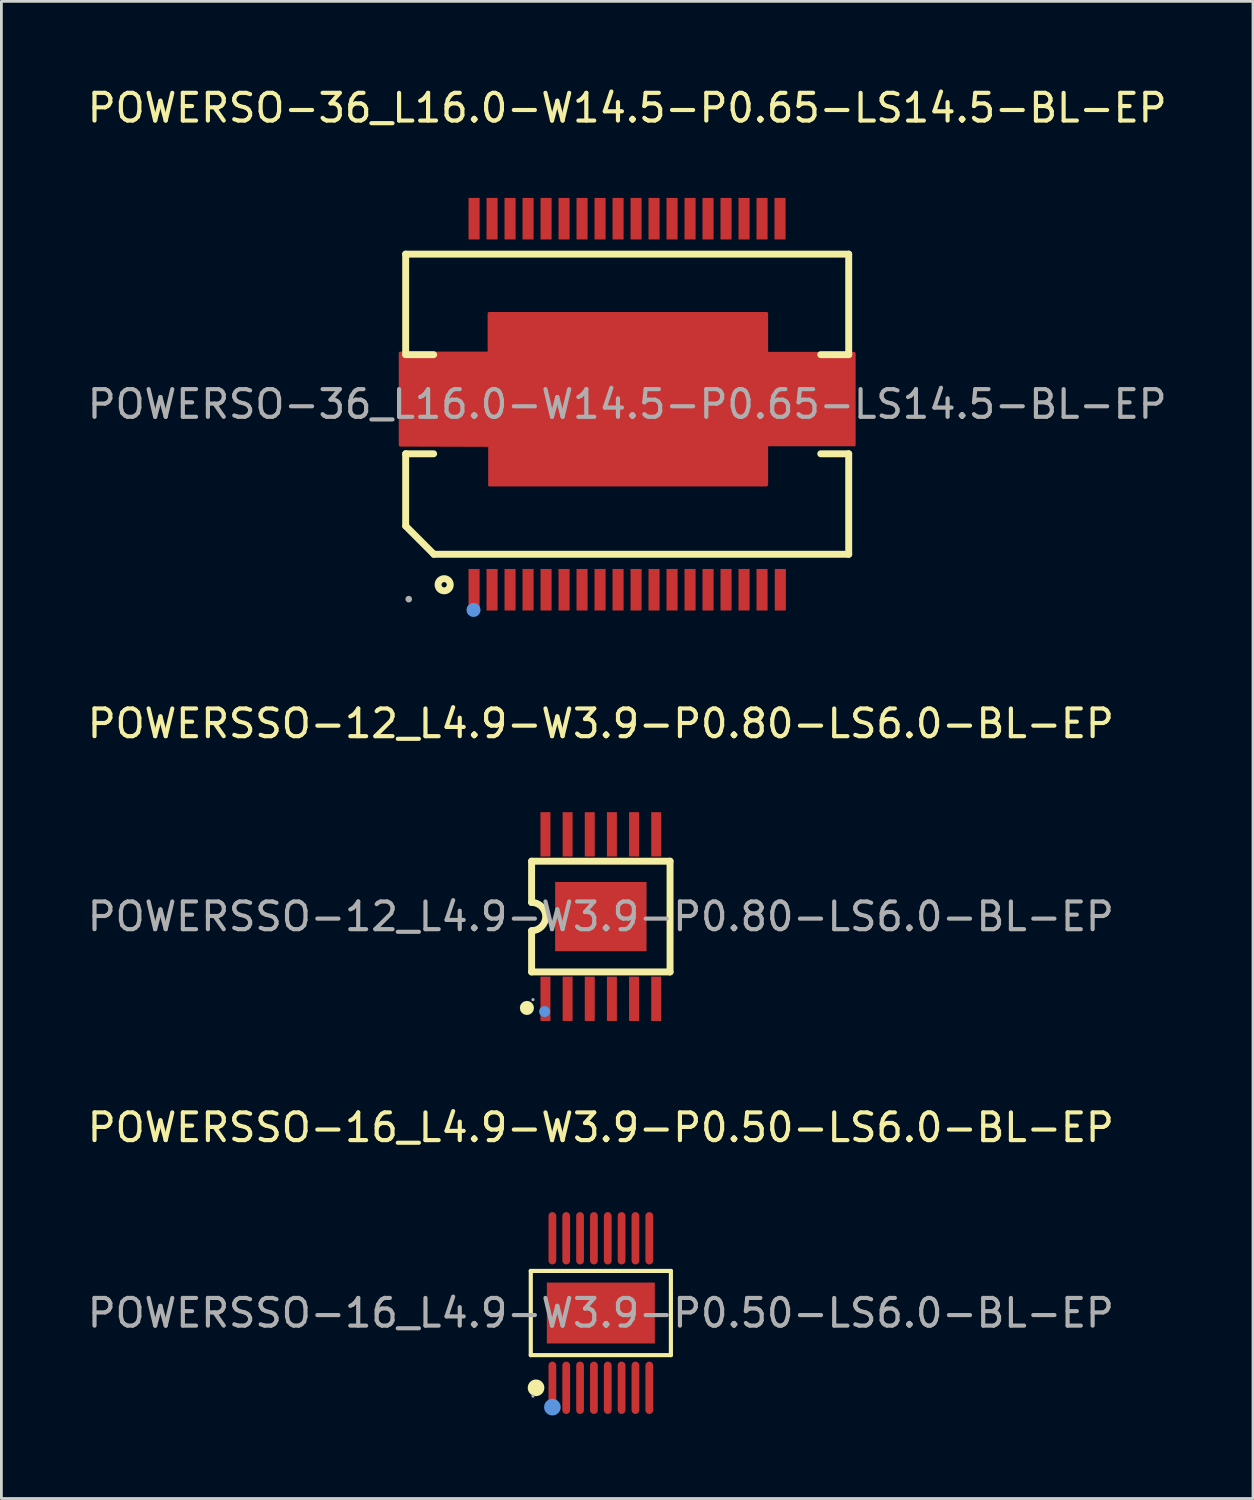
<source format=kicad_pcb>
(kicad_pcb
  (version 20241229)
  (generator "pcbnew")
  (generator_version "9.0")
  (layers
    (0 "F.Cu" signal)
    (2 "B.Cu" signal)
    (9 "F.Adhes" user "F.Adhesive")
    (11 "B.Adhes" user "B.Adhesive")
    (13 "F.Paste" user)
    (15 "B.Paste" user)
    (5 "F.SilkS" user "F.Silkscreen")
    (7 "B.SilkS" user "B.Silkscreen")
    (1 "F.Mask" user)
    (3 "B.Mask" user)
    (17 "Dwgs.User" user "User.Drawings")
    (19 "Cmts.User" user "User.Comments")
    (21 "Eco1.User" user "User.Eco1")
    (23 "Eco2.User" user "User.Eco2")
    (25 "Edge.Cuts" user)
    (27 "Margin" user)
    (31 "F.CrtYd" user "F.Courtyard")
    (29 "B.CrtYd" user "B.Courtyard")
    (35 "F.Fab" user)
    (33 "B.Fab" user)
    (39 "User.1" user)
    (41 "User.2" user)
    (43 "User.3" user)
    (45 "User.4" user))
  (footprint "POWERSSO-12_L4.9-W3.9-P0.80-LS6.0-BL-EP"
    (layer "F.Cu")
    (at 18.649 30.052)
    (property "Reference" "POWERSSO-12_L4.9-W3.9-P0.80-LS6.0-BL-EP" (at 0 -6.97 0) (layer "F.SilkS") (effects (font (size 1 1) (thickness 0.15))))
    (attr through_hole)
    (fp_line (start -2.5 -2) (end -2.5 -0.51) (stroke (width 0.25) (type solid)) (layer "F.SilkS"))
    (fp_line (start -2.5 2) (end -2.5 0.51) (stroke (width 0.25) (type solid)) (layer "F.SilkS"))
    (fp_line (start 2.5 -2) (end -2.5 -2) (stroke (width 0.25) (type solid)) (layer "F.SilkS"))
    (fp_line (start 2.5 2) (end -2.5 2) (stroke (width 0.25) (type solid)) (layer "F.SilkS"))
    (fp_line (start 2.5 2) (end 2.5 -2) (stroke (width 0.25) (type solid)) (layer "F.SilkS"))
    (fp_arc (start -2.5 -0.51) (mid -1.99 0) (end -2.5 0.51) (stroke (width 0.25) (type solid)) (layer "F.SilkS"))
    (fp_circle (center -2.67 3.3) (end -2.54 3.3) (stroke (width 0.25) (type solid)) (fill no) (layer "F.SilkS"))
    (fp_circle (center -2.03 3.43) (end -1.93 3.43) (stroke (width 0.2) (type solid)) (fill no) (layer "Cmts.User"))
    (fp_circle (center -2.45 3) (end -2.42 3) (stroke (width 0.06) (type solid)) (fill no) (layer "F.Fab"))
    (fp_text user "${REFERENCE}" (at 0 0 0) (layer "F.Fab") (effects (font (size 1 1) (thickness 0.15))))
    (pad "1" smd rect (at -2 2.97 90) (size 1.6 0.36) (layers "F.Cu" "F.Mask" "F.Paste"))
    (pad "2" smd rect (at -1.2 2.97 90) (size 1.6 0.36) (layers "F.Cu" "F.Mask" "F.Paste"))
    (pad "3" smd rect (at -0.4 2.97 90) (size 1.6 0.36) (layers "F.Cu" "F.Mask" "F.Paste"))
    (pad "4" smd rect (at 0.4 2.97 90) (size 1.6 0.36) (layers "F.Cu" "F.Mask" "F.Paste"))
    (pad "5" smd rect (at 1.2 2.97 90) (size 1.6 0.36) (layers "F.Cu" "F.Mask" "F.Paste"))
    (pad "6" smd rect (at 2 2.97 90) (size 1.6 0.36) (layers "F.Cu" "F.Mask" "F.Paste"))
    (pad "7" smd rect (at 2 -2.97 90) (size 1.6 0.36) (layers "F.Cu" "F.Mask" "F.Paste"))
    (pad "8" smd rect (at 1.2 -2.97 90) (size 1.6 0.36) (layers "F.Cu" "F.Mask" "F.Paste"))
    (pad "9" smd rect (at 0.4 -2.97 90) (size 1.6 0.36) (layers "F.Cu" "F.Mask" "F.Paste"))
    (pad "10" smd rect (at -0.4 -2.97 90) (size 1.6 0.36) (layers "F.Cu" "F.Mask" "F.Paste"))
    (pad "11" smd rect (at -1.2 -2.97 90) (size 1.6 0.36) (layers "F.Cu" "F.Mask" "F.Paste"))
    (pad "12" smd rect (at -2 -2.97 90) (size 1.6 0.36) (layers "F.Cu" "F.Mask" "F.Paste"))
    (pad "13" smd rect (at 0 0 180) (size 3.3 2.5) (layers "F.Cu" "F.Mask" "F.Paste")))
  (footprint "POWERSO-36_L16.0-W14.5-P0.65-LS14.5-BL-EP"
    (layer "F.Cu")
    (at 19.601 11.548)
    (property "Reference" "POWERSO-36_L16.0-W14.5-P0.65-LS14.5-BL-EP" (at 0 -10.7 0) (layer "F.SilkS") (effects (font (size 1 1) (thickness 0.15))))
    (attr through_hole)
    (fp_line (start -8 -5.42) (end -8 -1.79) (stroke (width 0.25) (type solid)) (layer "F.SilkS"))
    (fp_line (start -8 -5.42) (end 8 -5.42) (stroke (width 0.25) (type solid)) (layer "F.SilkS"))
    (fp_line (start -8 -1.79) (end -6.99 -1.79) (stroke (width 0.25) (type solid)) (layer "F.SilkS"))
    (fp_line (start -8 1.79) (end -8 4.39) (stroke (width 0.25) (type solid)) (layer "F.SilkS"))
    (fp_line (start -8 1.79) (end -6.99 1.79) (stroke (width 0.25) (type solid)) (layer "F.SilkS"))
    (fp_line (start -8 4.4) (end -6.98 5.42) (stroke (width 0.25) (type solid)) (layer "F.SilkS"))
    (fp_line (start -6.98 5.42) (end 8 5.42) (stroke (width 0.25) (type solid)) (layer "F.SilkS"))
    (fp_line (start 6.99 -1.79) (end 8 -1.79) (stroke (width 0.25) (type solid)) (layer "F.SilkS"))
    (fp_line (start 6.99 1.79) (end 8 1.79) (stroke (width 0.25) (type solid)) (layer "F.SilkS"))
    (fp_line (start 8 -5.42) (end 8 -1.79) (stroke (width 0.25) (type solid)) (layer "F.SilkS"))
    (fp_line (start 8 1.79) (end 8 5.42) (stroke (width 0.25) (type solid)) (layer "F.SilkS"))
    (fp_circle (center -6.61 6.52) (end -6.39 6.52) (stroke (width 0.25) (type solid)) (fill no) (layer "F.SilkS"))
    (fp_circle (center -5.55 7.43) (end -5.42 7.43) (stroke (width 0.25) (type solid)) (fill no) (layer "Cmts.User"))
    (fp_circle (center -7.89 7.04) (end -7.83 7.04) (stroke (width 0.12) (type solid)) (fill no) (layer "F.Fab"))
    (fp_text user "${REFERENCE}" (at 0 0 0) (layer "F.Fab") (effects (font (size 1 1) (thickness 0.15))))
    (pad "1" smd rect (at -5.53 6.7) (size 0.4 1.5) (layers "F.Cu" "F.Mask" "F.Paste"))
    (pad "2" smd rect (at -4.88 6.7) (size 0.4 1.5) (layers "F.Cu" "F.Mask" "F.Paste"))
    (pad "3" smd rect (at -4.23 6.7) (size 0.4 1.5) (layers "F.Cu" "F.Mask" "F.Paste"))
    (pad "4" smd rect (at -3.58 6.7) (size 0.4 1.5) (layers "F.Cu" "F.Mask" "F.Paste"))
    (pad "5" smd rect (at -2.93 6.7) (size 0.4 1.5) (layers "F.Cu" "F.Mask" "F.Paste"))
    (pad "6" smd rect (at -2.28 6.7) (size 0.4 1.5) (layers "F.Cu" "F.Mask" "F.Paste"))
    (pad "7" smd rect (at -1.63 6.7) (size 0.4 1.5) (layers "F.Cu" "F.Mask" "F.Paste"))
    (pad "8" smd rect (at -0.98 6.7) (size 0.4 1.5) (layers "F.Cu" "F.Mask" "F.Paste"))
    (pad "9" smd rect (at -0.33 6.7) (size 0.4 1.5) (layers "F.Cu" "F.Mask" "F.Paste"))
    (pad "10" smd rect (at 0.32 6.7) (size 0.4 1.5) (layers "F.Cu" "F.Mask" "F.Paste"))
    (pad "11" smd rect (at 0.97 6.7) (size 0.4 1.5) (layers "F.Cu" "F.Mask" "F.Paste"))
    (pad "12" smd rect (at 1.62 6.7) (size 0.4 1.5) (layers "F.Cu" "F.Mask" "F.Paste"))
    (pad "13" smd rect (at 2.27 6.7) (size 0.4 1.5) (layers "F.Cu" "F.Mask" "F.Paste"))
    (pad "14" smd rect (at 2.92 6.7) (size 0.4 1.5) (layers "F.Cu" "F.Mask" "F.Paste"))
    (pad "15" smd rect (at 3.57 6.7) (size 0.4 1.5) (layers "F.Cu" "F.Mask" "F.Paste"))
    (pad "16" smd rect (at 4.22 6.7) (size 0.4 1.5) (layers "F.Cu" "F.Mask" "F.Paste"))
    (pad "17" smd rect (at 4.87 6.7) (size 0.4 1.5) (layers "F.Cu" "F.Mask" "F.Paste"))
    (pad "18" smd rect (at 5.53 6.7) (size 0.4 1.5) (layers "F.Cu" "F.Mask" "F.Paste"))
    (pad "19" smd rect (at 5.52 -6.7 180) (size 0.4 1.5) (layers "F.Cu" "F.Mask" "F.Paste"))
    (pad "20" smd rect (at 4.87 -6.7 180) (size 0.4 1.5) (layers "F.Cu" "F.Mask" "F.Paste"))
    (pad "21" smd rect (at 4.22 -6.7 180) (size 0.4 1.5) (layers "F.Cu" "F.Mask" "F.Paste"))
    (pad "22" smd rect (at 3.57 -6.7 180) (size 0.4 1.5) (layers "F.Cu" "F.Mask" "F.Paste"))
    (pad "23" smd rect (at 2.92 -6.7 180) (size 0.4 1.5) (layers "F.Cu" "F.Mask" "F.Paste"))
    (pad "24" smd rect (at 2.27 -6.7 180) (size 0.4 1.5) (layers "F.Cu" "F.Mask" "F.Paste"))
    (pad "25" smd rect (at 1.62 -6.7 180) (size 0.4 1.5) (layers "F.Cu" "F.Mask" "F.Paste"))
    (pad "26" smd rect (at 0.97 -6.7 180) (size 0.4 1.5) (layers "F.Cu" "F.Mask" "F.Paste"))
    (pad "27" smd rect (at 0.32 -6.7 180) (size 0.4 1.5) (layers "F.Cu" "F.Mask" "F.Paste"))
    (pad "28" smd rect (at -0.33 -6.7 180) (size 0.4 1.5) (layers "F.Cu" "F.Mask" "F.Paste"))
    (pad "29" smd rect (at -0.98 -6.7 180) (size 0.4 1.5) (layers "F.Cu" "F.Mask" "F.Paste"))
    (pad "30" smd rect (at -1.63 -6.7 180) (size 0.4 1.5) (layers "F.Cu" "F.Mask" "F.Paste"))
    (pad "31" smd rect (at -2.28 -6.7 180) (size 0.4 1.5) (layers "F.Cu" "F.Mask" "F.Paste"))
    (pad "32" smd rect (at -2.93 -6.7 180) (size 0.4 1.5) (layers "F.Cu" "F.Mask" "F.Paste"))
    (pad "33" smd rect (at -3.58 -6.7 180) (size 0.4 1.5) (layers "F.Cu" "F.Mask" "F.Paste"))
    (pad "34" smd rect (at -4.23 -6.7 180) (size 0.4 1.5) (layers "F.Cu" "F.Mask" "F.Paste"))
    (pad "35" smd rect (at -4.88 -6.7 180) (size 0.4 1.5) (layers "F.Cu" "F.Mask" "F.Paste"))
    (pad "36" smd rect (at -5.53 -6.7 180) (size 0.4 1.5) (layers "F.Cu" "F.Mask" "F.Paste"))
    (pad "37" smd custom (at 0 -0.09) (size 1 1) (layers "F.Cu" "F.Mask" "F.Paste") (options (anchor circle)) (primitives (gr_poly (pts (xy -8.2 1.57) (xy -4.98 1.58) (xy -4.97 1.57) (xy -4.97 3) (xy -4.98 3.01) (xy 5.03 3.01) (xy 5.04 3) (xy 5.04 1.57) (xy 5.05 1.56) (xy 8.2 1.56) (xy 8.2 1.57) (xy 8.2 -1.75) (xy 5.05 -1.75) (xy 5.04 -1.76) (xy 5.04 -3.19) (xy 5.03 -3.19) (xy -4.99 -3.19) (xy -4.99 -1.76) (xy -8.2 -1.76) (xy -8.2 -1.48) (xy -8.2 -1.37)) (width 0.1) (fill yes)))))
  (footprint "POWERSSO-16_L4.9-W3.9-P0.50-LS6.0-BL-EP"
    (layer "F.Cu")
    (at 18.649 44.37)
    (property "Reference" "POWERSSO-16_L4.9-W3.9-P0.50-LS6.0-BL-EP" (at 0 -6.7 0) (layer "F.SilkS") (effects (font (size 1 1) (thickness 0.15))))
    (attr through_hole)
    (fp_line (start -2.53 -1.52) (end 2.53 -1.52) (stroke (width 0.15) (type solid)) (layer "F.SilkS"))
    (fp_line (start -2.53 1.52) (end -2.53 -1.52) (stroke (width 0.15) (type solid)) (layer "F.SilkS"))
    (fp_line (start 2.53 -1.52) (end 2.53 1.52) (stroke (width 0.15) (type solid)) (layer "F.SilkS"))
    (fp_line (start 2.53 1.52) (end -2.53 1.52) (stroke (width 0.15) (type solid)) (layer "F.SilkS"))
    (fp_circle (center -2.34 2.7) (end -2.19 2.7) (stroke (width 0.3) (type solid)) (fill no) (layer "F.SilkS"))
    (fp_circle (center -1.75 3.4) (end -1.6 3.4) (stroke (width 0.3) (type solid)) (fill no) (layer "Cmts.User"))
    (fp_circle (center -2.45 3) (end -2.42 3) (stroke (width 0.06) (type solid)) (fill no) (layer "F.Fab"))
    (fp_text user "${REFERENCE}" (at 0 0 0) (layer "F.Fab") (effects (font (size 1 1) (thickness 0.15))))
    (pad "1" smd oval (at -1.75 2.7) (size 0.28 1.89) (layers "F.Cu" "F.Mask" "F.Paste"))
    (pad "2" smd oval (at -1.25 2.7) (size 0.28 1.89) (layers "F.Cu" "F.Mask" "F.Paste"))
    (pad "3" smd oval (at -0.75 2.7) (size 0.28 1.89) (layers "F.Cu" "F.Mask" "F.Paste"))
    (pad "4" smd oval (at -0.25 2.7) (size 0.28 1.89) (layers "F.Cu" "F.Mask" "F.Paste"))
    (pad "5" smd oval (at 0.25 2.7) (size 0.28 1.89) (layers "F.Cu" "F.Mask" "F.Paste"))
    (pad "6" smd oval (at 0.75 2.7) (size 0.28 1.89) (layers "F.Cu" "F.Mask" "F.Paste"))
    (pad "7" smd oval (at 1.25 2.7) (size 0.28 1.89) (layers "F.Cu" "F.Mask" "F.Paste"))
    (pad "8" smd oval (at 1.75 2.7) (size 0.28 1.89) (layers "F.Cu" "F.Mask" "F.Paste"))
    (pad "9" smd oval (at 1.75 -2.7) (size 0.28 1.89) (layers "F.Cu" "F.Mask" "F.Paste"))
    (pad "10" smd oval (at 1.25 -2.7) (size 0.28 1.89) (layers "F.Cu" "F.Mask" "F.Paste"))
    (pad "11" smd oval (at 0.75 -2.7) (size 0.28 1.89) (layers "F.Cu" "F.Mask" "F.Paste"))
    (pad "12" smd oval (at 0.25 -2.7) (size 0.28 1.89) (layers "F.Cu" "F.Mask" "F.Paste"))
    (pad "13" smd oval (at -0.25 -2.7) (size 0.28 1.89) (layers "F.Cu" "F.Mask" "F.Paste"))
    (pad "14" smd oval (at -0.75 -2.7) (size 0.28 1.89) (layers "F.Cu" "F.Mask" "F.Paste"))
    (pad "15" smd oval (at -1.25 -2.7) (size 0.28 1.89) (layers "F.Cu" "F.Mask" "F.Paste"))
    (pad "16" smd oval (at -1.75 -2.7) (size 0.28 1.89) (layers "F.Cu" "F.Mask" "F.Paste"))
    (pad "17" smd rect (at 0 0) (size 3.9 2.2) (layers "F.Cu" "F.Mask" "F.Paste")))
  (gr_rect
    (start -3 -3)
    (end 42.202 51.07)
    (stroke (width 0.1) (type default))
    (fill no)
    (layer "Edge.Cuts")))
</source>
